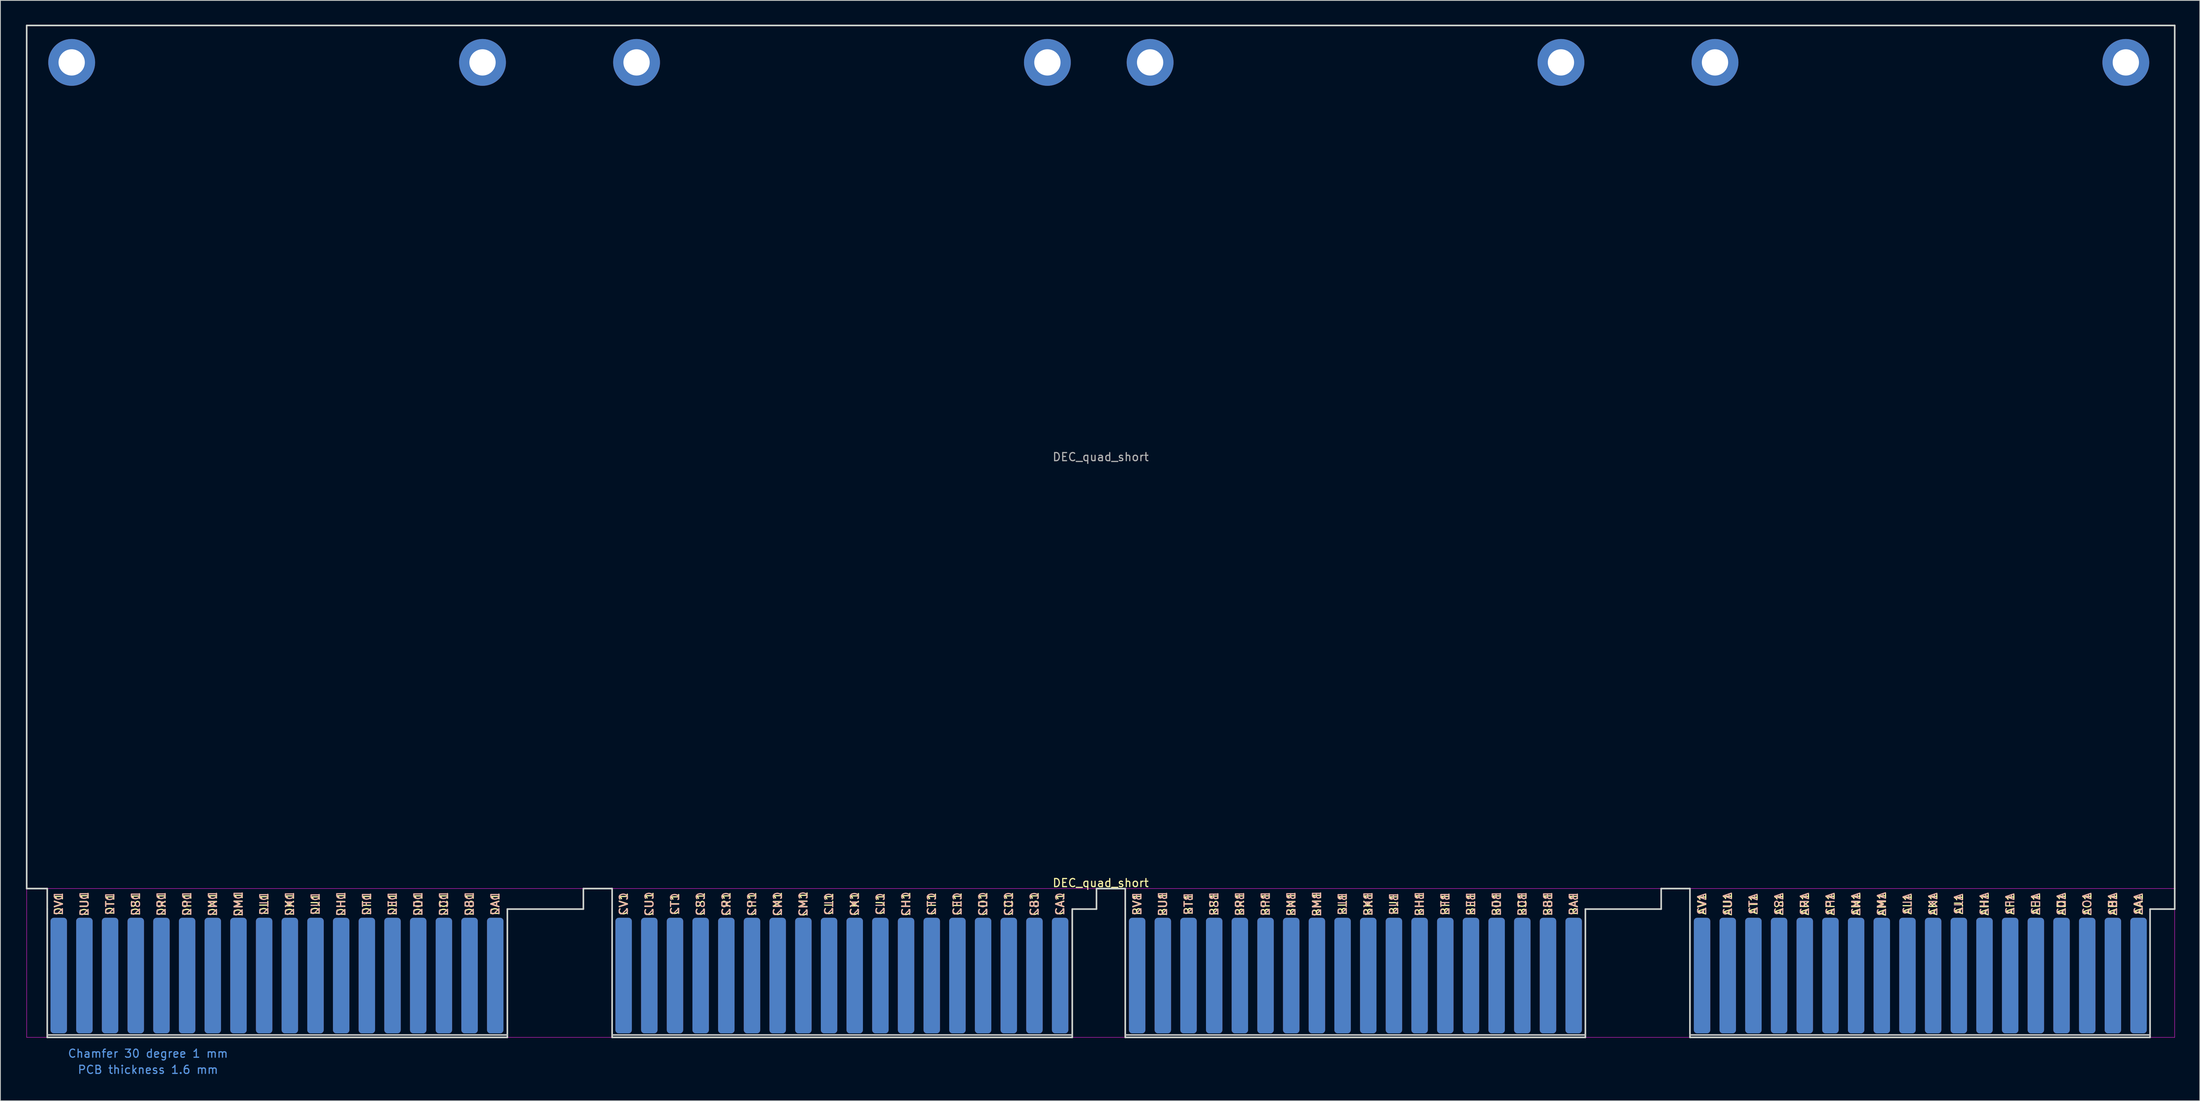
<source format=kicad_pcb>
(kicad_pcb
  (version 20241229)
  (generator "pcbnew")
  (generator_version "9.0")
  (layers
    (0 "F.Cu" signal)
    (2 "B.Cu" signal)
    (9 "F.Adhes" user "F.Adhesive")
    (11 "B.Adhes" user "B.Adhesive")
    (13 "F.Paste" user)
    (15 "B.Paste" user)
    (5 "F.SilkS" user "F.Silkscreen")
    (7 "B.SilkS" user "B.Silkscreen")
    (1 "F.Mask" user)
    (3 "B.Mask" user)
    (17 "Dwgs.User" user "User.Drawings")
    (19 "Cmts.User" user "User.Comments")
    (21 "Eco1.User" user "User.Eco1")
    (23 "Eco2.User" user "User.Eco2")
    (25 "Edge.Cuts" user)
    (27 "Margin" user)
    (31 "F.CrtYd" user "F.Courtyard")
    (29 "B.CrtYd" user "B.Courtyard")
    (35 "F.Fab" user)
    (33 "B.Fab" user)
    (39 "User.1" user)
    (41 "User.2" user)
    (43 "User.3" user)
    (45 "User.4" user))
  (footprint "DEC_quad_short"
    (layer "F.Cu")
    (at 0.25 125.322)
    (property "Reference" "DEC_quad_short" (at 132.8 -19.11 0) (layer "F.SilkS") (effects (font (size 1 1) (thickness 0.15))))
    (attr exclude_from_pos_files exclude_from_bom)
    (fp_line (start 2.54 -0.3) (end 59.436 -0.3) (stroke (width 0.2) (type solid)) (layer "Dwgs.User"))
    (fp_line (start 72.39 -0.3) (end 129.286 -0.3) (stroke (width 0.2) (type solid)) (layer "Dwgs.User"))
    (fp_line (start 135.839 -0.3) (end 192.735 -0.3) (stroke (width 0.2) (type solid)) (layer "Dwgs.User"))
    (fp_line (start 205.664 -0.3) (end 262.56 -0.3) (stroke (width 0.2) (type solid)) (layer "Dwgs.User"))
    (fp_line (start 0 -125.222) (end 265.608 -125.222) (stroke (width 0.2) (type solid)) (layer "Edge.Cuts"))
    (fp_line (start 0 -18.415) (end 0 -125.222) (stroke (width 0.2) (type solid)) (layer "Edge.Cuts"))
    (fp_line (start 0 -18.415) (end 2.54 -18.415) (stroke (width 0.2) (type solid)) (layer "Edge.Cuts"))
    (fp_line (start 2.54 -18.415) (end 2.54 -15.875) (stroke (width 0.2) (type solid)) (layer "Edge.Cuts"))
    (fp_line (start 2.54 -15.875) (end 2.54 0) (stroke (width 0.2) (type solid)) (layer "Edge.Cuts"))
    (fp_line (start 2.54 0) (end 59.436 0) (stroke (width 0.2) (type solid)) (layer "Edge.Cuts"))
    (fp_line (start 59.436 -15.875) (end 68.834 -15.875) (stroke (width 0.2) (type solid)) (layer "Edge.Cuts"))
    (fp_line (start 59.436 0) (end 59.436 -15.875) (stroke (width 0.2) (type solid)) (layer "Edge.Cuts"))
    (fp_line (start 68.834 -18.415) (end 72.39 -18.415) (stroke (width 0.2) (type solid)) (layer "Edge.Cuts"))
    (fp_line (start 68.834 -15.875) (end 68.834 -18.415) (stroke (width 0.2) (type solid)) (layer "Edge.Cuts"))
    (fp_line (start 72.39 -18.415) (end 72.39 -15.875) (stroke (width 0.2) (type solid)) (layer "Edge.Cuts"))
    (fp_line (start 72.39 -15.875) (end 72.39 0) (stroke (width 0.2) (type solid)) (layer "Edge.Cuts"))
    (fp_line (start 72.39 0) (end 129.286 0) (stroke (width 0.2) (type solid)) (layer "Edge.Cuts"))
    (fp_line (start 129.286 -15.875) (end 132.283 -15.875) (stroke (width 0.2) (type solid)) (layer "Edge.Cuts"))
    (fp_line (start 129.286 0) (end 129.286 -15.875) (stroke (width 0.2) (type solid)) (layer "Edge.Cuts"))
    (fp_line (start 132.283 -18.415) (end 135.839 -18.415) (stroke (width 0.2) (type solid)) (layer "Edge.Cuts"))
    (fp_line (start 132.283 -15.875) (end 132.283 -18.415) (stroke (width 0.2) (type solid)) (layer "Edge.Cuts"))
    (fp_line (start 135.839 -18.415) (end 135.839 -15.875) (stroke (width 0.2) (type solid)) (layer "Edge.Cuts"))
    (fp_line (start 135.839 -15.875) (end 135.839 0) (stroke (width 0.2) (type solid)) (layer "Edge.Cuts"))
    (fp_line (start 135.839 0) (end 192.735 0) (stroke (width 0.2) (type solid)) (layer "Edge.Cuts"))
    (fp_line (start 192.735 -15.875) (end 202.108 -15.875) (stroke (width 0.2) (type solid)) (layer "Edge.Cuts"))
    (fp_line (start 192.735 0) (end 192.735 -15.875) (stroke (width 0.2) (type solid)) (layer "Edge.Cuts"))
    (fp_line (start 202.108 -18.415) (end 205.664 -18.415) (stroke (width 0.2) (type solid)) (layer "Edge.Cuts"))
    (fp_line (start 202.108 -15.875) (end 202.108 -18.415) (stroke (width 0.2) (type solid)) (layer "Edge.Cuts"))
    (fp_line (start 205.664 -18.415) (end 205.664 -15.875) (stroke (width 0.2) (type solid)) (layer "Edge.Cuts"))
    (fp_line (start 205.664 -15.875) (end 205.664 0) (stroke (width 0.2) (type solid)) (layer "Edge.Cuts"))
    (fp_line (start 205.664 0) (end 262.56 0) (stroke (width 0.2) (type solid)) (layer "Edge.Cuts"))
    (fp_line (start 262.56 -15.875) (end 265.608 -15.875) (stroke (width 0.2) (type solid)) (layer "Edge.Cuts"))
    (fp_line (start 262.56 0) (end 262.56 -15.875) (stroke (width 0.2) (type solid)) (layer "Edge.Cuts"))
    (fp_line (start 265.608 -125.222) (end 265.608 -18.415) (stroke (width 0.2) (type solid)) (layer "Edge.Cuts"))
    (fp_line (start 265.608 -15.875) (end 265.608 -18.415) (stroke (width 0.2) (type solid)) (layer "Edge.Cuts"))
    (fp_line (start 0 -18.42) (end 265.6 -18.42) (stroke (width 0.05) (type solid)) (layer "F.CrtYd"))
    (fp_line (start 0 0) (end 0 -18.42) (stroke (width 0.05) (type solid)) (layer "F.CrtYd"))
    (fp_line (start 265.6 -18.42) (end 265.6 0) (stroke (width 0.05) (type solid)) (layer "F.CrtYd"))
    (fp_line (start 265.6 0) (end 0 0) (stroke (width 0.05) (type solid)) (layer "F.CrtYd"))
    (fp_text user "DM1" (at 26.187 -16.51 90) (layer "F.SilkS") (effects (font (size 1 1) (thickness 0.15))))
    (fp_text user "CD1" (at 118.262 -16.51 90) (layer "F.SilkS") (effects (font (size 1 1) (thickness 0.15))))
    (fp_text user "DD1" (at 48.412 -16.51 90) (layer "F.SilkS") (effects (font (size 1 1) (thickness 0.15))))
    (fp_text user "CB1" (at 124.612 -16.51 90) (layer "F.SilkS") (effects (font (size 1 1) (thickness 0.15))))
    (fp_text user "AD1" (at 251.612 -16.51 90) (layer "F.SilkS") (effects (font (size 1 1) (thickness 0.15))))
    (fp_text user "BJ1" (at 169.062 -16.51 90) (layer "F.SilkS") (effects (font (size 1 1) (thickness 0.15))))
    (fp_text user "AR1" (at 219.862 -16.51 90) (layer "F.SilkS") (effects (font (size 1 1) (thickness 0.15))))
    (fp_text user "CM1" (at 96.037 -16.51 90) (layer "F.SilkS") (effects (font (size 1 1) (thickness 0.15))))
    (fp_text user "CJ1" (at 105.562 -16.51 90) (layer "F.SilkS") (effects (font (size 1 1) (thickness 0.15))))
    (fp_text user "AF1" (at 245.262 -16.51 90) (layer "F.SilkS") (effects (font (size 1 1) (thickness 0.15))))
    (fp_text user "BL1" (at 162.712 -16.51 90) (layer "F.SilkS") (effects (font (size 1 1) (thickness 0.15))))
    (fp_text user "CP1" (at 89.687 -16.51 90) (layer "F.SilkS") (effects (font (size 1 1) (thickness 0.15))))
    (fp_text user "DF1" (at 42.062 -16.51 90) (layer "F.SilkS") (effects (font (size 1 1) (thickness 0.15))))
    (fp_text user "DK1" (at 32.537 -16.51 90) (layer "F.SilkS") (effects (font (size 1 1) (thickness 0.15))))
    (fp_text user "DL1" (at 29.362 -16.51 90) (layer "F.SilkS") (effects (font (size 1 1) (thickness 0.15))))
    (fp_text user "AA1" (at 261.137 -16.51 90) (layer "F.SilkS") (effects (font (size 1 1) (thickness 0.15))))
    (fp_text user "CT1" (at 80.162 -16.51 90) (layer "F.SilkS") (effects (font (size 1 1) (thickness 0.15))))
    (fp_text user "DT1" (at 10.312 -16.51 90) (layer "F.SilkS") (effects (font (size 1 1) (thickness 0.15))))
    (fp_text user "DN1" (at 23.012 -16.51 90) (layer "F.SilkS") (effects (font (size 1 1) (thickness 0.15))))
    (fp_text user "DA1" (at 57.937 -16.51 90) (layer "F.SilkS") (effects (font (size 1 1) (thickness 0.15))))
    (fp_text user "AU1" (at 210.337 -16.51 90) (layer "F.SilkS") (effects (font (size 1 1) (thickness 0.15))))
    (fp_text user "BF1" (at 175.412 -16.51 90) (layer "F.SilkS") (effects (font (size 1 1) (thickness 0.15))))
    (fp_text user "CK1" (at 102.387 -16.51 90) (layer "F.SilkS") (effects (font (size 1 1) (thickness 0.15))))
    (fp_text user "CH1" (at 108.737 -16.51 90) (layer "F.SilkS") (effects (font (size 1 1) (thickness 0.15))))
    (fp_text user "DC1" (at 51.587 -16.51 90) (layer "F.SilkS") (effects (font (size 1 1) (thickness 0.15))))
    (fp_text user "DJ1" (at 35.712 -16.51 90) (layer "F.SilkS") (effects (font (size 1 1) (thickness 0.15))))
    (fp_text user "CE1" (at 115.087 -16.51 90) (layer "F.SilkS") (effects (font (size 1 1) (thickness 0.15))))
    (fp_text user "BS1" (at 146.837 -16.51 90) (layer "F.SilkS") (effects (font (size 1 1) (thickness 0.15))))
    (fp_text user "CS1" (at 83.337 -16.51 90) (layer "F.SilkS") (effects (font (size 1 1) (thickness 0.15))))
    (fp_text user "BU1" (at 140.487 -16.51 90) (layer "F.SilkS") (effects (font (size 1 1) (thickness 0.15))))
    (fp_text user "DU1" (at 7.137 -16.51 90) (layer "F.SilkS") (effects (font (size 1 1) (thickness 0.15))))
    (fp_text user "CC1" (at 121.437 -16.51 90) (layer "F.SilkS") (effects (font (size 1 1) (thickness 0.15))))
    (fp_text user "BN1" (at 156.362 -16.51 90) (layer "F.SilkS") (effects (font (size 1 1) (thickness 0.15))))
    (fp_text user "CA1" (at 127.787 -16.51 90) (layer "F.SilkS") (effects (font (size 1 1) (thickness 0.15))))
    (fp_text user "AV1" (at 207.162 -16.51 90) (layer "F.SilkS") (effects (font (size 1 1) (thickness 0.15))))
    (fp_text user "AM1" (at 229.387 -16.51 90) (layer "F.SilkS") (effects (font (size 1 1) (thickness 0.15))))
    (fp_text user "DE1" (at 45.237 -16.51 90) (layer "F.SilkS") (effects (font (size 1 1) (thickness 0.15))))
    (fp_text user "AE1" (at 248.437 -16.51 90) (layer "F.SilkS") (effects (font (size 1 1) (thickness 0.15))))
    (fp_text user "AB1" (at 257.962 -16.51 90) (layer "F.SilkS") (effects (font (size 1 1) (thickness 0.15))))
    (fp_text user "CV1" (at 73.812 -16.51 90) (layer "F.SilkS") (effects (font (size 1 1) (thickness 0.15))))
    (fp_text user "AJ1" (at 238.912 -16.51 90) (layer "F.SilkS") (effects (font (size 1 1) (thickness 0.15))))
    (fp_text user "BH1" (at 172.237 -16.51 90) (layer "F.SilkS") (effects (font (size 1 1) (thickness 0.15))))
    (fp_text user "BC1" (at 184.937 -16.51 90) (layer "F.SilkS") (effects (font (size 1 1) (thickness 0.15))))
    (fp_text user "AN1" (at 226.212 -16.51 90) (layer "F.SilkS") (effects (font (size 1 1) (thickness 0.15))))
    (fp_text user "DH1" (at 38.887 -16.51 90) (layer "F.SilkS") (effects (font (size 1 1) (thickness 0.15))))
    (fp_text user "CN1" (at 92.862 -16.51 90) (layer "F.SilkS") (effects (font (size 1 1) (thickness 0.15))))
    (fp_text user "DP1" (at 19.837 -16.51 90) (layer "F.SilkS") (effects (font (size 1 1) (thickness 0.15))))
    (fp_text user "CU1" (at 76.987 -16.51 90) (layer "F.SilkS") (effects (font (size 1 1) (thickness 0.15))))
    (fp_text user "CF1" (at 111.912 -16.51 90) (layer "F.SilkS") (effects (font (size 1 1) (thickness 0.15))))
    (fp_text user "BD1" (at 181.762 -16.51 90) (layer "F.SilkS") (effects (font (size 1 1) (thickness 0.15))))
    (fp_text user "AK1" (at 235.737 -16.51 90) (layer "F.SilkS") (effects (font (size 1 1) (thickness 0.15))))
    (fp_text user "BB1" (at 188.112 -16.51 90) (layer "F.SilkS") (effects (font (size 1 1) (thickness 0.15))))
    (fp_text user "BK1" (at 165.887 -16.51 90) (layer "F.SilkS") (effects (font (size 1 1) (thickness 0.15))))
    (fp_text user "DR1" (at 16.662 -16.51 90) (layer "F.SilkS") (effects (font (size 1 1) (thickness 0.15))))
    (fp_text user "CL1" (at 99.212 -16.51 90) (layer "F.SilkS") (effects (font (size 1 1) (thickness 0.15))))
    (fp_text user "DV1" (at 3.962 -16.51 90) (layer "F.SilkS") (effects (font (size 1 1) (thickness 0.15))))
    (fp_text user "BP1" (at 153.187 -16.51 90) (layer "F.SilkS") (effects (font (size 1 1) (thickness 0.15))))
    (fp_text user "BV1" (at 137.312 -16.51 90) (layer "F.SilkS") (effects (font (size 1 1) (thickness 0.15))))
    (fp_text user "AC1" (at 254.787 -16.51 90) (layer "F.SilkS") (effects (font (size 1 1) (thickness 0.15))))
    (fp_text user "AH1" (at 242.087 -16.51 90) (layer "F.SilkS") (effects (font (size 1 1) (thickness 0.15))))
    (fp_text user "BR1" (at 150.012 -16.51 90) (layer "F.SilkS") (effects (font (size 1 1) (thickness 0.15))))
    (fp_text user "BM1" (at 159.537 -16.51 90) (layer "F.SilkS") (effects (font (size 1 1) (thickness 0.15))))
    (fp_text user "AP1" (at 223.037 -16.51 90) (layer "F.SilkS") (effects (font (size 1 1) (thickness 0.15))))
    (fp_text user "DB1" (at 54.762 -16.51 90) (layer "F.SilkS") (effects (font (size 1 1) (thickness 0.15))))
    (fp_text user "BE1" (at 178.587 -16.51 90) (layer "F.SilkS") (effects (font (size 1 1) (thickness 0.15))))
    (fp_text user "AS1" (at 216.687 -16.51 90) (layer "F.SilkS") (effects (font (size 1 1) (thickness 0.15))))
    (fp_text user "BT1" (at 143.662 -16.51 90) (layer "F.SilkS") (effects (font (size 1 1) (thickness 0.15))))
    (fp_text user "BA1" (at 191.287 -16.51 90) (layer "F.SilkS") (effects (font (size 1 1) (thickness 0.15))))
    (fp_text user "DS1" (at 13.487 -16.51 90) (layer "F.SilkS") (effects (font (size 1 1) (thickness 0.15))))
    (fp_text user "AL1" (at 232.562 -16.51 90) (layer "F.SilkS") (effects (font (size 1 1) (thickness 0.15))))
    (fp_text user "AT1" (at 213.512 -16.51 90) (layer "F.SilkS") (effects (font (size 1 1) (thickness 0.15))))
    (fp_text user "CR1" (at 86.512 -16.51 90) (layer "F.SilkS") (effects (font (size 1 1) (thickness 0.15))))
    (fp_text user "BL2" (at 162.712 -16.51 90) (layer "B.SilkS") (effects (font (size 1 1) (thickness 0.15)) (justify mirror)))
    (fp_text user "DF2" (at 42.062 -16.51 90) (layer "B.SilkS") (effects (font (size 1 1) (thickness 0.15)) (justify mirror)))
    (fp_text user "DJ2" (at 35.712 -16.51 90) (layer "B.SilkS") (effects (font (size 1 1) (thickness 0.15)) (justify mirror)))
    (fp_text user "AJ2" (at 238.912 -16.51 90) (layer "B.SilkS") (effects (font (size 1 1) (thickness 0.15)) (justify mirror)))
    (fp_text user "AA2" (at 261.137 -16.51 90) (layer "B.SilkS") (effects (font (size 1 1) (thickness 0.15)) (justify mirror)))
    (fp_text user "CC2" (at 121.437 -16.51 90) (layer "B.SilkS") (effects (font (size 1 1) (thickness 0.15)) (justify mirror)))
    (fp_text user "DC2" (at 51.587 -16.51 90) (layer "B.SilkS") (effects (font (size 1 1) (thickness 0.15)) (justify mirror)))
    (fp_text user "AF2" (at 245.262 -16.51 90) (layer "B.SilkS") (effects (font (size 1 1) (thickness 0.15)) (justify mirror)))
    (fp_text user "AP2" (at 223.037 -16.51 90) (layer "B.SilkS") (effects (font (size 1 1) (thickness 0.15)) (justify mirror)))
    (fp_text user "DR2" (at 16.662 -16.51 90) (layer "B.SilkS") (effects (font (size 1 1) (thickness 0.15)) (justify mirror)))
    (fp_text user "BH2" (at 172.237 -16.51 90) (layer "B.SilkS") (effects (font (size 1 1) (thickness 0.15)) (justify mirror)))
    (fp_text user "BU2" (at 140.487 -16.51 90) (layer "B.SilkS") (effects (font (size 1 1) (thickness 0.15)) (justify mirror)))
    (fp_text user "AH2" (at 242.087 -16.51 90) (layer "B.SilkS") (effects (font (size 1 1) (thickness 0.15)) (justify mirror)))
    (fp_text user "AT2" (at 213.512 -16.51 90) (layer "B.SilkS") (effects (font (size 1 1) (thickness 0.15)) (justify mirror)))
    (fp_text user "BP2" (at 153.187 -16.51 90) (layer "B.SilkS") (effects (font (size 1 1) (thickness 0.15)) (justify mirror)))
    (fp_text user "AM2" (at 229.387 -16.51 90) (layer "B.SilkS") (effects (font (size 1 1) (thickness 0.15)) (justify mirror)))
    (fp_text user "BN2" (at 156.362 -16.51 90) (layer "B.SilkS") (effects (font (size 1 1) (thickness 0.15)) (justify mirror)))
    (fp_text user "BD2" (at 181.762 -16.51 90) (layer "B.SilkS") (effects (font (size 1 1) (thickness 0.15)) (justify mirror)))
    (fp_text user "DN2" (at 23.012 -16.51 90) (layer "B.SilkS") (effects (font (size 1 1) (thickness 0.15)) (justify mirror)))
    (fp_text user "BF2" (at 175.412 -16.51 90) (layer "B.SilkS") (effects (font (size 1 1) (thickness 0.15)) (justify mirror)))
    (fp_text user "BS2" (at 146.837 -16.51 90) (layer "B.SilkS") (effects (font (size 1 1) (thickness 0.15)) (justify mirror)))
    (fp_text user "DD2" (at 48.412 -16.51 90) (layer "B.SilkS") (effects (font (size 1 1) (thickness 0.15)) (justify mirror)))
    (fp_text user "AB2" (at 257.962 -16.51 90) (layer "B.SilkS") (effects (font (size 1 1) (thickness 0.15)) (justify mirror)))
    (fp_text user "CB2" (at 124.612 -16.51 90) (layer "B.SilkS") (effects (font (size 1 1) (thickness 0.15)) (justify mirror)))
    (fp_text user "BV2" (at 137.312 -16.51 90) (layer "B.SilkS") (effects (font (size 1 1) (thickness 0.15)) (justify mirror)))
    (fp_text user "DE2" (at 45.237 -16.51 90) (layer "B.SilkS") (effects (font (size 1 1) (thickness 0.15)) (justify mirror)))
    (fp_text user "DH2" (at 38.887 -16.51 90) (layer "B.SilkS") (effects (font (size 1 1) (thickness 0.15)) (justify mirror)))
    (fp_text user "DL2" (at 29.362 -16.51 90) (layer "B.SilkS") (effects (font (size 1 1) (thickness 0.15)) (justify mirror)))
    (fp_text user "BB2" (at 188.112 -16.51 90) (layer "B.SilkS") (effects (font (size 1 1) (thickness 0.15)) (justify mirror)))
    (fp_text user "AR2" (at 219.862 -16.51 90) (layer "B.SilkS") (effects (font (size 1 1) (thickness 0.15)) (justify mirror)))
    (fp_text user "AK2" (at 235.737 -16.51 90) (layer "B.SilkS") (effects (font (size 1 1) (thickness 0.15)) (justify mirror)))
    (fp_text user "DB2" (at 54.762 -16.51 90) (layer "B.SilkS") (effects (font (size 1 1) (thickness 0.15)) (justify mirror)))
    (fp_text user "AS2" (at 216.687 -16.51 90) (layer "B.SilkS") (effects (font (size 1 1) (thickness 0.15)) (justify mirror)))
    (fp_text user "CH2" (at 108.737 -16.51 90) (layer "B.SilkS") (effects (font (size 1 1) (thickness 0.15)) (justify mirror)))
    (fp_text user "AC2" (at 254.787 -16.51 90) (layer "B.SilkS") (effects (font (size 1 1) (thickness 0.15)) (justify mirror)))
    (fp_text user "AE2" (at 248.437 -16.51 90) (layer "B.SilkS") (effects (font (size 1 1) (thickness 0.15)) (justify mirror)))
    (fp_text user "AL2" (at 232.562 -16.51 90) (layer "B.SilkS") (effects (font (size 1 1) (thickness 0.15)) (justify mirror)))
    (fp_text user "DV2" (at 3.962 -16.51 90) (layer "B.SilkS") (effects (font (size 1 1) (thickness 0.15)) (justify mirror)))
    (fp_text user "CU2" (at 76.987 -16.51 90) (layer "B.SilkS") (effects (font (size 1 1) (thickness 0.15)) (justify mirror)))
    (fp_text user "CV2" (at 73.812 -16.51 90) (layer "B.SilkS") (effects (font (size 1 1) (thickness 0.15)) (justify mirror)))
    (fp_text user "BT2" (at 143.662 -16.51 90) (layer "B.SilkS") (effects (font (size 1 1) (thickness 0.15)) (justify mirror)))
    (fp_text user "CN2" (at 92.862 -16.51 90) (layer "B.SilkS") (effects (font (size 1 1) (thickness 0.15)) (justify mirror)))
    (fp_text user "BM2" (at 159.537 -16.51 90) (layer "B.SilkS") (effects (font (size 1 1) (thickness 0.15)) (justify mirror)))
    (fp_text user "AV2" (at 207.162 -16.51 90) (layer "B.SilkS") (effects (font (size 1 1) (thickness 0.15)) (justify mirror)))
    (fp_text user "BA2" (at 191.287 -16.51 90) (layer "B.SilkS") (effects (font (size 1 1) (thickness 0.15)) (justify mirror)))
    (fp_text user "CK2" (at 102.387 -16.51 90) (layer "B.SilkS") (effects (font (size 1 1) (thickness 0.15)) (justify mirror)))
    (fp_text user "CD2" (at 118.262 -16.51 90) (layer "B.SilkS") (effects (font (size 1 1) (thickness 0.15)) (justify mirror)))
    (fp_text user "CL2" (at 99.212 -16.51 90) (layer "B.SilkS") (effects (font (size 1 1) (thickness 0.15)) (justify mirror)))
    (fp_text user "CE2" (at 115.087 -16.51 90) (layer "B.SilkS") (effects (font (size 1 1) (thickness 0.15)) (justify mirror)))
    (fp_text user "CM2" (at 96.037 -16.51 90) (layer "B.SilkS") (effects (font (size 1 1) (thickness 0.15)) (justify mirror)))
    (fp_text user "DS2" (at 13.487 -16.51 90) (layer "B.SilkS") (effects (font (size 1 1) (thickness 0.15)) (justify mirror)))
    (fp_text user "BK2" (at 165.887 -16.51 90) (layer "B.SilkS") (effects (font (size 1 1) (thickness 0.15)) (justify mirror)))
    (fp_text user "DU2" (at 7.137 -16.51 90) (layer "B.SilkS") (effects (font (size 1 1) (thickness 0.15)) (justify mirror)))
    (fp_text user "BR2" (at 150.012 -16.51 90) (layer "B.SilkS") (effects (font (size 1 1) (thickness 0.15)) (justify mirror)))
    (fp_text user "DM2" (at 26.187 -16.51 90) (layer "B.SilkS") (effects (font (size 1 1) (thickness 0.15)) (justify mirror)))
    (fp_text user "AN2" (at 226.212 -16.51 90) (layer "B.SilkS") (effects (font (size 1 1) (thickness 0.15)) (justify mirror)))
    (fp_text user "DK2" (at 32.537 -16.51 90) (layer "B.SilkS") (effects (font (size 1 1) (thickness 0.15)) (justify mirror)))
    (fp_text user "DP2" (at 19.837 -16.51 90) (layer "B.SilkS") (effects (font (size 1 1) (thickness 0.15)) (justify mirror)))
    (fp_text user "DT2" (at 10.312 -16.51 90) (layer "B.SilkS") (effects (font (size 1 1) (thickness 0.15)) (justify mirror)))
    (fp_text user "BC2" (at 184.937 -16.51 90) (layer "B.SilkS") (effects (font (size 1 1) (thickness 0.15)) (justify mirror)))
    (fp_text user "BJ2" (at 169.062 -16.51 90) (layer "B.SilkS") (effects (font (size 1 1) (thickness 0.15)) (justify mirror)))
    (fp_text user "CR2" (at 86.512 -16.51 90) (layer "B.SilkS") (effects (font (size 1 1) (thickness 0.15)) (justify mirror)))
    (fp_text user "CS2" (at 83.337 -16.51 90) (layer "B.SilkS") (effects (font (size 1 1) (thickness 0.15)) (justify mirror)))
    (fp_text user "CF2" (at 111.912 -16.51 90) (layer "B.SilkS") (effects (font (size 1 1) (thickness 0.15)) (justify mirror)))
    (fp_text user "AU2" (at 210.337 -16.51 90) (layer "B.SilkS") (effects (font (size 1 1) (thickness 0.15)) (justify mirror)))
    (fp_text user "CA2" (at 127.787 -16.51 90) (layer "B.SilkS") (effects (font (size 1 1) (thickness 0.15)) (justify mirror)))
    (fp_text user "DA2" (at 57.937 -16.51 90) (layer "B.SilkS") (effects (font (size 1 1) (thickness 0.15)) (justify mirror)))
    (fp_text user "CJ2" (at 105.562 -16.51 90) (layer "B.SilkS") (effects (font (size 1 1) (thickness 0.15)) (justify mirror)))
    (fp_text user "AD2" (at 251.612 -16.51 90) (layer "B.SilkS") (effects (font (size 1 1) (thickness 0.15)) (justify mirror)))
    (fp_text user "CP2" (at 89.687 -16.51 90) (layer "B.SilkS") (effects (font (size 1 1) (thickness 0.15)) (justify mirror)))
    (fp_text user "BE2" (at 178.587 -16.51 90) (layer "B.SilkS") (effects (font (size 1 1) (thickness 0.15)) (justify mirror)))
    (fp_text user "CT2" (at 80.162 -16.51 90) (layer "B.SilkS") (effects (font (size 1 1) (thickness 0.15)) (justify mirror)))
    (fp_text user "Chamfer 30 degree 1 mm" (at 15 2 0) (layer "Cmts.User") (effects (font (size 1 1) (thickness 0.15))))
    (fp_text user "PCB thickness 1.6 mm" (at 15 4 0) (layer "Cmts.User") (effects (font (size 1 1) (thickness 0.15))))
    (fp_text user "${REFERENCE}" (at 132.8 -71.82 0) (layer "F.Fab") (effects (font (size 1 1) (thickness 0.15))))
    (pad "AA1" connect roundrect (at 261.137 -7.65) (size 2.032 14.3) (layers "F.Cu" "F.Mask") (roundrect_rratio 0.2))
    (pad "AA2" connect roundrect (at 261.137 -7.65) (size 2.032 14.3) (layers "B.Cu" "B.Mask") (roundrect_rratio 0.2))
    (pad "AB1" connect roundrect (at 257.962 -7.65) (size 2.032 14.3) (layers "F.Cu" "F.Mask") (roundrect_rratio 0.2))
    (pad "AB2" connect roundrect (at 257.962 -7.65) (size 2.032 14.3) (layers "B.Cu" "B.Mask") (roundrect_rratio 0.2))
    (pad "AC1" connect roundrect (at 254.787 -7.65) (size 2.032 14.3) (layers "F.Cu" "F.Mask") (roundrect_rratio 0.2))
    (pad "AC2" connect roundrect (at 254.787 -7.65) (size 2.032 14.3) (layers "B.Cu" "B.Mask") (roundrect_rratio 0.2))
    (pad "AD1" connect roundrect (at 251.612 -7.65) (size 2.032 14.3) (layers "F.Cu" "F.Mask") (roundrect_rratio 0.2))
    (pad "AD2" connect roundrect (at 251.612 -7.65) (size 2.032 14.3) (layers "B.Cu" "B.Mask") (roundrect_rratio 0.2))
    (pad "AE1" connect roundrect (at 248.437 -7.65) (size 2.032 14.3) (layers "F.Cu" "F.Mask") (roundrect_rratio 0.2))
    (pad "AE2" connect roundrect (at 248.437 -7.65) (size 2.032 14.3) (layers "B.Cu" "B.Mask") (roundrect_rratio 0.2))
    (pad "AF1" connect roundrect (at 245.262 -7.65) (size 2.032 14.3) (layers "F.Cu" "F.Mask") (roundrect_rratio 0.2))
    (pad "AF2" connect roundrect (at 245.262 -7.65) (size 2.032 14.3) (layers "B.Cu" "B.Mask") (roundrect_rratio 0.2))
    (pad "AH1" connect roundrect (at 242.087 -7.65) (size 2.032 14.3) (layers "F.Cu" "F.Mask") (roundrect_rratio 0.2))
    (pad "AH2" connect roundrect (at 242.087 -7.65) (size 2.032 14.3) (layers "B.Cu" "B.Mask") (roundrect_rratio 0.2))
    (pad "AJ1" connect roundrect (at 238.912 -7.65) (size 2.032 14.3) (layers "F.Cu" "F.Mask") (roundrect_rratio 0.2))
    (pad "AJ2" connect roundrect (at 238.912 -7.65) (size 2.032 14.3) (layers "B.Cu" "B.Mask") (roundrect_rratio 0.2))
    (pad "AK1" connect roundrect (at 235.737 -7.65) (size 2.032 14.3) (layers "F.Cu" "F.Mask") (roundrect_rratio 0.2))
    (pad "AK2" connect roundrect (at 235.737 -7.65) (size 2.032 14.3) (layers "B.Cu" "B.Mask") (roundrect_rratio 0.2))
    (pad "AL1" connect roundrect (at 232.562 -7.65) (size 2.032 14.3) (layers "F.Cu" "F.Mask") (roundrect_rratio 0.2))
    (pad "AL2" connect roundrect (at 232.562 -7.65) (size 2.032 14.3) (layers "B.Cu" "B.Mask") (roundrect_rratio 0.2))
    (pad "AM1" connect roundrect (at 229.387 -7.65) (size 2.032 14.3) (layers "F.Cu" "F.Mask") (roundrect_rratio 0.2))
    (pad "AM2" connect roundrect (at 229.387 -7.65) (size 2.032 14.3) (layers "B.Cu" "B.Mask") (roundrect_rratio 0.2))
    (pad "AN1" connect roundrect (at 226.212 -7.65) (size 2.032 14.3) (layers "F.Cu" "F.Mask") (roundrect_rratio 0.2))
    (pad "AN2" connect roundrect (at 226.212 -7.65) (size 2.032 14.3) (layers "B.Cu" "B.Mask") (roundrect_rratio 0.2))
    (pad "AP1" connect roundrect (at 223.037 -7.65) (size 2.032 14.3) (layers "F.Cu" "F.Mask") (roundrect_rratio 0.2))
    (pad "AP2" connect roundrect (at 223.037 -7.65) (size 2.032 14.3) (layers "B.Cu" "B.Mask") (roundrect_rratio 0.2))
    (pad "AR1" connect roundrect (at 219.862 -7.65) (size 2.032 14.3) (layers "F.Cu" "F.Mask") (roundrect_rratio 0.2))
    (pad "AR2" connect roundrect (at 219.862 -7.65) (size 2.032 14.3) (layers "B.Cu" "B.Mask") (roundrect_rratio 0.2))
    (pad "AS1" connect roundrect (at 216.687 -7.65) (size 2.032 14.3) (layers "F.Cu" "F.Mask") (roundrect_rratio 0.2))
    (pad "AS2" connect roundrect (at 216.687 -7.65) (size 2.032 14.3) (layers "B.Cu" "B.Mask") (roundrect_rratio 0.2))
    (pad "AT1" connect roundrect (at 213.512 -7.65) (size 2.032 14.3) (layers "F.Cu" "F.Mask") (roundrect_rratio 0.2))
    (pad "AT2" connect roundrect (at 213.512 -7.65) (size 2.032 14.3) (layers "B.Cu" "B.Mask") (roundrect_rratio 0.2))
    (pad "AU1" connect roundrect (at 210.337 -7.65) (size 2.032 14.3) (layers "F.Cu" "F.Mask") (roundrect_rratio 0.2))
    (pad "AU2" connect roundrect (at 210.337 -7.65) (size 2.032 14.3) (layers "B.Cu" "B.Mask") (roundrect_rratio 0.2))
    (pad "AV1" connect roundrect (at 207.162 -7.65) (size 2.032 14.3) (layers "F.Cu" "F.Mask") (roundrect_rratio 0.2))
    (pad "AV2" connect roundrect (at 207.162 -7.65) (size 2.032 14.3) (layers "B.Cu" "B.Mask") (roundrect_rratio 0.2))
    (pad "BA1" connect roundrect (at 191.287 -7.65) (size 2.032 14.3) (layers "F.Cu" "F.Mask") (roundrect_rratio 0.2))
    (pad "BA2" connect roundrect (at 191.287 -7.65) (size 2.032 14.3) (layers "B.Cu" "B.Mask") (roundrect_rratio 0.2))
    (pad "BB1" connect roundrect (at 188.112 -7.65) (size 2.032 14.3) (layers "F.Cu" "F.Mask") (roundrect_rratio 0.2))
    (pad "BB2" connect roundrect (at 188.112 -7.65) (size 2.032 14.3) (layers "B.Cu" "B.Mask") (roundrect_rratio 0.2))
    (pad "BC1" connect roundrect (at 184.937 -7.65) (size 2.032 14.3) (layers "F.Cu" "F.Mask") (roundrect_rratio 0.2))
    (pad "BC2" connect roundrect (at 184.937 -7.65) (size 2.032 14.3) (layers "B.Cu" "B.Mask") (roundrect_rratio 0.2))
    (pad "BD1" connect roundrect (at 181.762 -7.65) (size 2.032 14.3) (layers "F.Cu" "F.Mask") (roundrect_rratio 0.2))
    (pad "BD2" connect roundrect (at 181.762 -7.65) (size 2.032 14.3) (layers "B.Cu" "B.Mask") (roundrect_rratio 0.2))
    (pad "BE1" connect roundrect (at 178.587 -7.65) (size 2.032 14.3) (layers "F.Cu" "F.Mask") (roundrect_rratio 0.2))
    (pad "BE2" connect roundrect (at 178.587 -7.65) (size 2.032 14.3) (layers "B.Cu" "B.Mask") (roundrect_rratio 0.2))
    (pad "BF1" connect roundrect (at 175.412 -7.65) (size 2.032 14.3) (layers "F.Cu" "F.Mask") (roundrect_rratio 0.2))
    (pad "BF2" connect roundrect (at 175.412 -7.65) (size 2.032 14.3) (layers "B.Cu" "B.Mask") (roundrect_rratio 0.2))
    (pad "BH1" connect roundrect (at 172.237 -7.65) (size 2.032 14.3) (layers "F.Cu" "F.Mask") (roundrect_rratio 0.2))
    (pad "BH2" connect roundrect (at 172.237 -7.65) (size 2.032 14.3) (layers "B.Cu" "B.Mask") (roundrect_rratio 0.2))
    (pad "BJ1" connect roundrect (at 169.062 -7.65) (size 2.032 14.3) (layers "F.Cu" "F.Mask") (roundrect_rratio 0.2))
    (pad "BJ2" connect roundrect (at 169.062 -7.65) (size 2.032 14.3) (layers "B.Cu" "B.Mask") (roundrect_rratio 0.2))
    (pad "BK1" connect roundrect (at 165.887 -7.65) (size 2.032 14.3) (layers "F.Cu" "F.Mask") (roundrect_rratio 0.2))
    (pad "BK2" connect roundrect (at 165.887 -7.65) (size 2.032 14.3) (layers "B.Cu" "B.Mask") (roundrect_rratio 0.2))
    (pad "BL1" connect roundrect (at 162.712 -7.65) (size 2.032 14.3) (layers "F.Cu" "F.Mask") (roundrect_rratio 0.2))
    (pad "BL2" connect roundrect (at 162.712 -7.65) (size 2.032 14.3) (layers "B.Cu" "B.Mask") (roundrect_rratio 0.2))
    (pad "BM1" connect roundrect (at 159.537 -7.65) (size 2.032 14.3) (layers "F.Cu" "F.Mask") (roundrect_rratio 0.2))
    (pad "BM2" connect roundrect (at 159.537 -7.65) (size 2.032 14.3) (layers "B.Cu" "B.Mask") (roundrect_rratio 0.2))
    (pad "BN1" connect roundrect (at 156.362 -7.65) (size 2.032 14.3) (layers "F.Cu" "F.Mask") (roundrect_rratio 0.2))
    (pad "BN2" connect roundrect (at 156.362 -7.65) (size 2.032 14.3) (layers "B.Cu" "B.Mask") (roundrect_rratio 0.2))
    (pad "BP1" connect roundrect (at 153.187 -7.65) (size 2.032 14.3) (layers "F.Cu" "F.Mask") (roundrect_rratio 0.2))
    (pad "BP2" connect roundrect (at 153.187 -7.65) (size 2.032 14.3) (layers "B.Cu" "B.Mask") (roundrect_rratio 0.2))
    (pad "BR1" connect roundrect (at 150.012 -7.65) (size 2.032 14.3) (layers "F.Cu" "F.Mask") (roundrect_rratio 0.2))
    (pad "BR2" connect roundrect (at 150.012 -7.65) (size 2.032 14.3) (layers "B.Cu" "B.Mask") (roundrect_rratio 0.2))
    (pad "BS1" connect roundrect (at 146.837 -7.65) (size 2.032 14.3) (layers "F.Cu" "F.Mask") (roundrect_rratio 0.2))
    (pad "BS2" connect roundrect (at 146.837 -7.65) (size 2.032 14.3) (layers "B.Cu" "B.Mask") (roundrect_rratio 0.2))
    (pad "BT1" connect roundrect (at 143.662 -7.65) (size 2.032 14.3) (layers "F.Cu" "F.Mask") (roundrect_rratio 0.2))
    (pad "BT2" connect roundrect (at 143.662 -7.65) (size 2.032 14.3) (layers "B.Cu" "B.Mask") (roundrect_rratio 0.2))
    (pad "BU1" connect roundrect (at 140.487 -7.65) (size 2.032 14.3) (layers "F.Cu" "F.Mask") (roundrect_rratio 0.2))
    (pad "BU2" connect roundrect (at 140.487 -7.65) (size 2.032 14.3) (layers "B.Cu" "B.Mask") (roundrect_rratio 0.2))
    (pad "BV1" connect roundrect (at 137.312 -7.65) (size 2.032 14.3) (layers "F.Cu" "F.Mask") (roundrect_rratio 0.2))
    (pad "BV2" connect roundrect (at 137.312 -7.65) (size 2.032 14.3) (layers "B.Cu" "B.Mask") (roundrect_rratio 0.2))
    (pad "CA1" connect roundrect (at 127.787 -7.65) (size 2.032 14.3) (layers "F.Cu" "F.Mask") (roundrect_rratio 0.2))
    (pad "CA2" connect roundrect (at 127.787 -7.65) (size 2.032 14.3) (layers "B.Cu" "B.Mask") (roundrect_rratio 0.2))
    (pad "CB1" connect roundrect (at 124.612 -7.65) (size 2.032 14.3) (layers "F.Cu" "F.Mask") (roundrect_rratio 0.2))
    (pad "CB2" connect roundrect (at 124.612 -7.65) (size 2.032 14.3) (layers "B.Cu" "B.Mask") (roundrect_rratio 0.2))
    (pad "CC1" connect roundrect (at 121.437 -7.65) (size 2.032 14.3) (layers "F.Cu" "F.Mask") (roundrect_rratio 0.2))
    (pad "CC2" connect roundrect (at 121.437 -7.65) (size 2.032 14.3) (layers "B.Cu" "B.Mask") (roundrect_rratio 0.2))
    (pad "CD1" connect roundrect (at 118.262 -7.65) (size 2.032 14.3) (layers "F.Cu" "F.Mask") (roundrect_rratio 0.2))
    (pad "CD2" connect roundrect (at 118.262 -7.65) (size 2.032 14.3) (layers "B.Cu" "B.Mask") (roundrect_rratio 0.2))
    (pad "CE1" connect roundrect (at 115.087 -7.65) (size 2.032 14.3) (layers "F.Cu" "F.Mask") (roundrect_rratio 0.2))
    (pad "CE2" connect roundrect (at 115.087 -7.65) (size 2.032 14.3) (layers "B.Cu" "B.Mask") (roundrect_rratio 0.2))
    (pad "CF1" connect roundrect (at 111.912 -7.65) (size 2.032 14.3) (layers "F.Cu" "F.Mask") (roundrect_rratio 0.2))
    (pad "CF2" connect roundrect (at 111.912 -7.65) (size 2.032 14.3) (layers "B.Cu" "B.Mask") (roundrect_rratio 0.2))
    (pad "CH1" connect roundrect (at 108.737 -7.65) (size 2.032 14.3) (layers "F.Cu" "F.Mask") (roundrect_rratio 0.2))
    (pad "CH2" connect roundrect (at 108.737 -7.65) (size 2.032 14.3) (layers "B.Cu" "B.Mask") (roundrect_rratio 0.2))
    (pad "CJ1" connect roundrect (at 105.562 -7.65) (size 2.032 14.3) (layers "F.Cu" "F.Mask") (roundrect_rratio 0.2))
    (pad "CJ2" connect roundrect (at 105.562 -7.65) (size 2.032 14.3) (layers "B.Cu" "B.Mask") (roundrect_rratio 0.2))
    (pad "CK1" connect roundrect (at 102.387 -7.65) (size 2.032 14.3) (layers "F.Cu" "F.Mask") (roundrect_rratio 0.2))
    (pad "CK2" connect roundrect (at 102.387 -7.65) (size 2.032 14.3) (layers "B.Cu" "B.Mask") (roundrect_rratio 0.2))
    (pad "CL1" connect roundrect (at 99.212 -7.65) (size 2.032 14.3) (layers "F.Cu" "F.Mask") (roundrect_rratio 0.2))
    (pad "CL2" connect roundrect (at 99.212 -7.65) (size 2.032 14.3) (layers "B.Cu" "B.Mask") (roundrect_rratio 0.2))
    (pad "CM1" connect roundrect (at 96.037 -7.65) (size 2.032 14.3) (layers "F.Cu" "F.Mask") (roundrect_rratio 0.2))
    (pad "CM2" connect roundrect (at 96.037 -7.65) (size 2.032 14.3) (layers "B.Cu" "B.Mask") (roundrect_rratio 0.2))
    (pad "CN1" connect roundrect (at 92.862 -7.65) (size 2.032 14.3) (layers "F.Cu" "F.Mask") (roundrect_rratio 0.2))
    (pad "CN2" connect roundrect (at 92.862 -7.65) (size 2.032 14.3) (layers "B.Cu" "B.Mask") (roundrect_rratio 0.2))
    (pad "CP1" connect roundrect (at 89.687 -7.65) (size 2.032 14.3) (layers "F.Cu" "F.Mask") (roundrect_rratio 0.2))
    (pad "CP2" connect roundrect (at 89.687 -7.65) (size 2.032 14.3) (layers "B.Cu" "B.Mask") (roundrect_rratio 0.2))
    (pad "CR1" connect roundrect (at 86.512 -7.65) (size 2.032 14.3) (layers "F.Cu" "F.Mask") (roundrect_rratio 0.2))
    (pad "CR2" connect roundrect (at 86.512 -7.65) (size 2.032 14.3) (layers "B.Cu" "B.Mask") (roundrect_rratio 0.2))
    (pad "CS1" connect roundrect (at 83.337 -7.65) (size 2.032 14.3) (layers "F.Cu" "F.Mask") (roundrect_rratio 0.2))
    (pad "CS2" connect roundrect (at 83.337 -7.65) (size 2.032 14.3) (layers "B.Cu" "B.Mask") (roundrect_rratio 0.2))
    (pad "CT1" connect roundrect (at 80.162 -7.65) (size 2.032 14.3) (layers "F.Cu" "F.Mask") (roundrect_rratio 0.2))
    (pad "CT2" connect roundrect (at 80.162 -7.65) (size 2.032 14.3) (layers "B.Cu" "B.Mask") (roundrect_rratio 0.2))
    (pad "CU1" connect roundrect (at 76.987 -7.65) (size 2.032 14.3) (layers "F.Cu" "F.Mask") (roundrect_rratio 0.2))
    (pad "CU2" connect roundrect (at 76.987 -7.65) (size 2.032 14.3) (layers "B.Cu" "B.Mask") (roundrect_rratio 0.2))
    (pad "CV1" connect roundrect (at 73.812 -7.65) (size 2.032 14.3) (layers "F.Cu" "F.Mask") (roundrect_rratio 0.2))
    (pad "CV2" connect roundrect (at 73.812 -7.65) (size 2.032 14.3) (layers "B.Cu" "B.Mask") (roundrect_rratio 0.2))
    (pad "DA1" connect roundrect (at 57.937 -7.65) (size 2.032 14.3) (layers "F.Cu" "F.Mask") (roundrect_rratio 0.2))
    (pad "DA2" connect roundrect (at 57.937 -7.65) (size 2.032 14.3) (layers "B.Cu" "B.Mask") (roundrect_rratio 0.2))
    (pad "DB1" connect roundrect (at 54.762 -7.65) (size 2.032 14.3) (layers "F.Cu" "F.Mask") (roundrect_rratio 0.2))
    (pad "DB2" connect roundrect (at 54.762 -7.65) (size 2.032 14.3) (layers "B.Cu" "B.Mask") (roundrect_rratio 0.2))
    (pad "DC1" connect roundrect (at 51.587 -7.65) (size 2.032 14.3) (layers "F.Cu" "F.Mask") (roundrect_rratio 0.2))
    (pad "DC2" connect roundrect (at 51.587 -7.65) (size 2.032 14.3) (layers "B.Cu" "B.Mask") (roundrect_rratio 0.2))
    (pad "DD1" connect roundrect (at 48.412 -7.65) (size 2.032 14.3) (layers "F.Cu" "F.Mask") (roundrect_rratio 0.2))
    (pad "DD2" connect roundrect (at 48.412 -7.65) (size 2.032 14.3) (layers "B.Cu" "B.Mask") (roundrect_rratio 0.2))
    (pad "DE1" connect roundrect (at 45.237 -7.65) (size 2.032 14.3) (layers "F.Cu" "F.Mask") (roundrect_rratio 0.2))
    (pad "DE2" connect roundrect (at 45.237 -7.65) (size 2.032 14.3) (layers "B.Cu" "B.Mask") (roundrect_rratio 0.2))
    (pad "DF1" connect roundrect (at 42.062 -7.65) (size 2.032 14.3) (layers "F.Cu" "F.Mask") (roundrect_rratio 0.2))
    (pad "DF2" connect roundrect (at 42.062 -7.65) (size 2.032 14.3) (layers "B.Cu" "B.Mask") (roundrect_rratio 0.2))
    (pad "DH1" connect roundrect (at 38.887 -7.65) (size 2.032 14.3) (layers "F.Cu" "F.Mask") (roundrect_rratio 0.2))
    (pad "DH2" connect roundrect (at 38.887 -7.65) (size 2.032 14.3) (layers "B.Cu" "B.Mask") (roundrect_rratio 0.2))
    (pad "DJ1" connect roundrect (at 35.712 -7.65) (size 2.032 14.3) (layers "F.Cu" "F.Mask") (roundrect_rratio 0.2))
    (pad "DJ2" connect roundrect (at 35.712 -7.65) (size 2.032 14.3) (layers "B.Cu" "B.Mask") (roundrect_rratio 0.2))
    (pad "DK1" connect roundrect (at 32.537 -7.65) (size 2.032 14.3) (layers "F.Cu" "F.Mask") (roundrect_rratio 0.2))
    (pad "DK2" connect roundrect (at 32.537 -7.65) (size 2.032 14.3) (layers "B.Cu" "B.Mask") (roundrect_rratio 0.2))
    (pad "DL1" connect roundrect (at 29.362 -7.65) (size 2.032 14.3) (layers "F.Cu" "F.Mask") (roundrect_rratio 0.2))
    (pad "DL2" connect roundrect (at 29.362 -7.65) (size 2.032 14.3) (layers "B.Cu" "B.Mask") (roundrect_rratio 0.2))
    (pad "DM1" connect roundrect (at 26.187 -7.65) (size 2.032 14.3) (layers "F.Cu" "F.Mask") (roundrect_rratio 0.2))
    (pad "DM2" connect roundrect (at 26.187 -7.65) (size 2.032 14.3) (layers "B.Cu" "B.Mask") (roundrect_rratio 0.2))
    (pad "DN1" connect roundrect (at 23.012 -7.65) (size 2.032 14.3) (layers "F.Cu" "F.Mask") (roundrect_rratio 0.2))
    (pad "DN2" connect roundrect (at 23.012 -7.65) (size 2.032 14.3) (layers "B.Cu" "B.Mask") (roundrect_rratio 0.2))
    (pad "DP1" connect roundrect (at 19.837 -7.65) (size 2.032 14.3) (layers "F.Cu" "F.Mask") (roundrect_rratio 0.2))
    (pad "DP2" connect roundrect (at 19.837 -7.65) (size 2.032 14.3) (layers "B.Cu" "B.Mask") (roundrect_rratio 0.2))
    (pad "DR1" connect roundrect (at 16.662 -7.65) (size 2.032 14.3) (layers "F.Cu" "F.Mask") (roundrect_rratio 0.2))
    (pad "DR2" connect roundrect (at 16.662 -7.65) (size 2.032 14.3) (layers "B.Cu" "B.Mask") (roundrect_rratio 0.2))
    (pad "DS1" connect roundrect (at 13.487 -7.65) (size 2.032 14.3) (layers "F.Cu" "F.Mask") (roundrect_rratio 0.2))
    (pad "DS2" connect roundrect (at 13.487 -7.65) (size 2.032 14.3) (layers "B.Cu" "B.Mask") (roundrect_rratio 0.2))
    (pad "DT1" connect roundrect (at 10.312 -7.65) (size 2.032 14.3) (layers "F.Cu" "F.Mask") (roundrect_rratio 0.2))
    (pad "DT2" connect roundrect (at 10.312 -7.65) (size 2.032 14.3) (layers "B.Cu" "B.Mask") (roundrect_rratio 0.2))
    (pad "DU1" connect roundrect (at 7.137 -7.65) (size 2.032 14.3) (layers "F.Cu" "F.Mask") (roundrect_rratio 0.2))
    (pad "DU2" connect roundrect (at 7.137 -7.65) (size 2.032 14.3) (layers "B.Cu" "B.Mask") (roundrect_rratio 0.2))
    (pad "DV1" connect roundrect (at 3.962 -7.65) (size 2.032 14.3) (layers "F.Cu" "F.Mask") (roundrect_rratio 0.2))
    (pad "DV2" connect roundrect (at 3.962 -7.65) (size 2.032 14.3) (layers "B.Cu" "B.Mask") (roundrect_rratio 0.2))
    (pad "H" thru_hole circle (at 5.563 -120.65) (size 5.791 5.791) (drill 3.251) (layers "*.Cu" "*.Mask"))
    (pad "H" thru_hole circle (at 56.363 -120.65) (size 5.791 5.791) (drill 3.251) (layers "*.Cu" "*.Mask"))
    (pad "H" thru_hole circle (at 75.413 -120.65) (size 5.791 5.791) (drill 3.251) (layers "*.Cu" "*.Mask"))
    (pad "H" thru_hole circle (at 126.213 -120.65) (size 5.791 5.791) (drill 3.251) (layers "*.Cu" "*.Mask"))
    (pad "H" thru_hole circle (at 138.913 -120.65) (size 5.791 5.791) (drill 3.251) (layers "*.Cu" "*.Mask"))
    (pad "H" thru_hole circle (at 189.713 -120.65) (size 5.791 5.791) (drill 3.251) (layers "*.Cu" "*.Mask"))
    (pad "H" thru_hole circle (at 208.763 -120.65) (size 5.791 5.791) (drill 3.251) (layers "*.Cu" "*.Mask"))
    (pad "H" thru_hole circle (at 259.563 -120.65) (size 5.791 5.791) (drill 3.251) (layers "*.Cu" "*.Mask")))
  (gr_rect
    (start -3 -3)
    (end 268.958 133.17)
    (stroke (width 0.1) (type default))
    (fill no)
    (layer "Edge.Cuts")))
</source>
